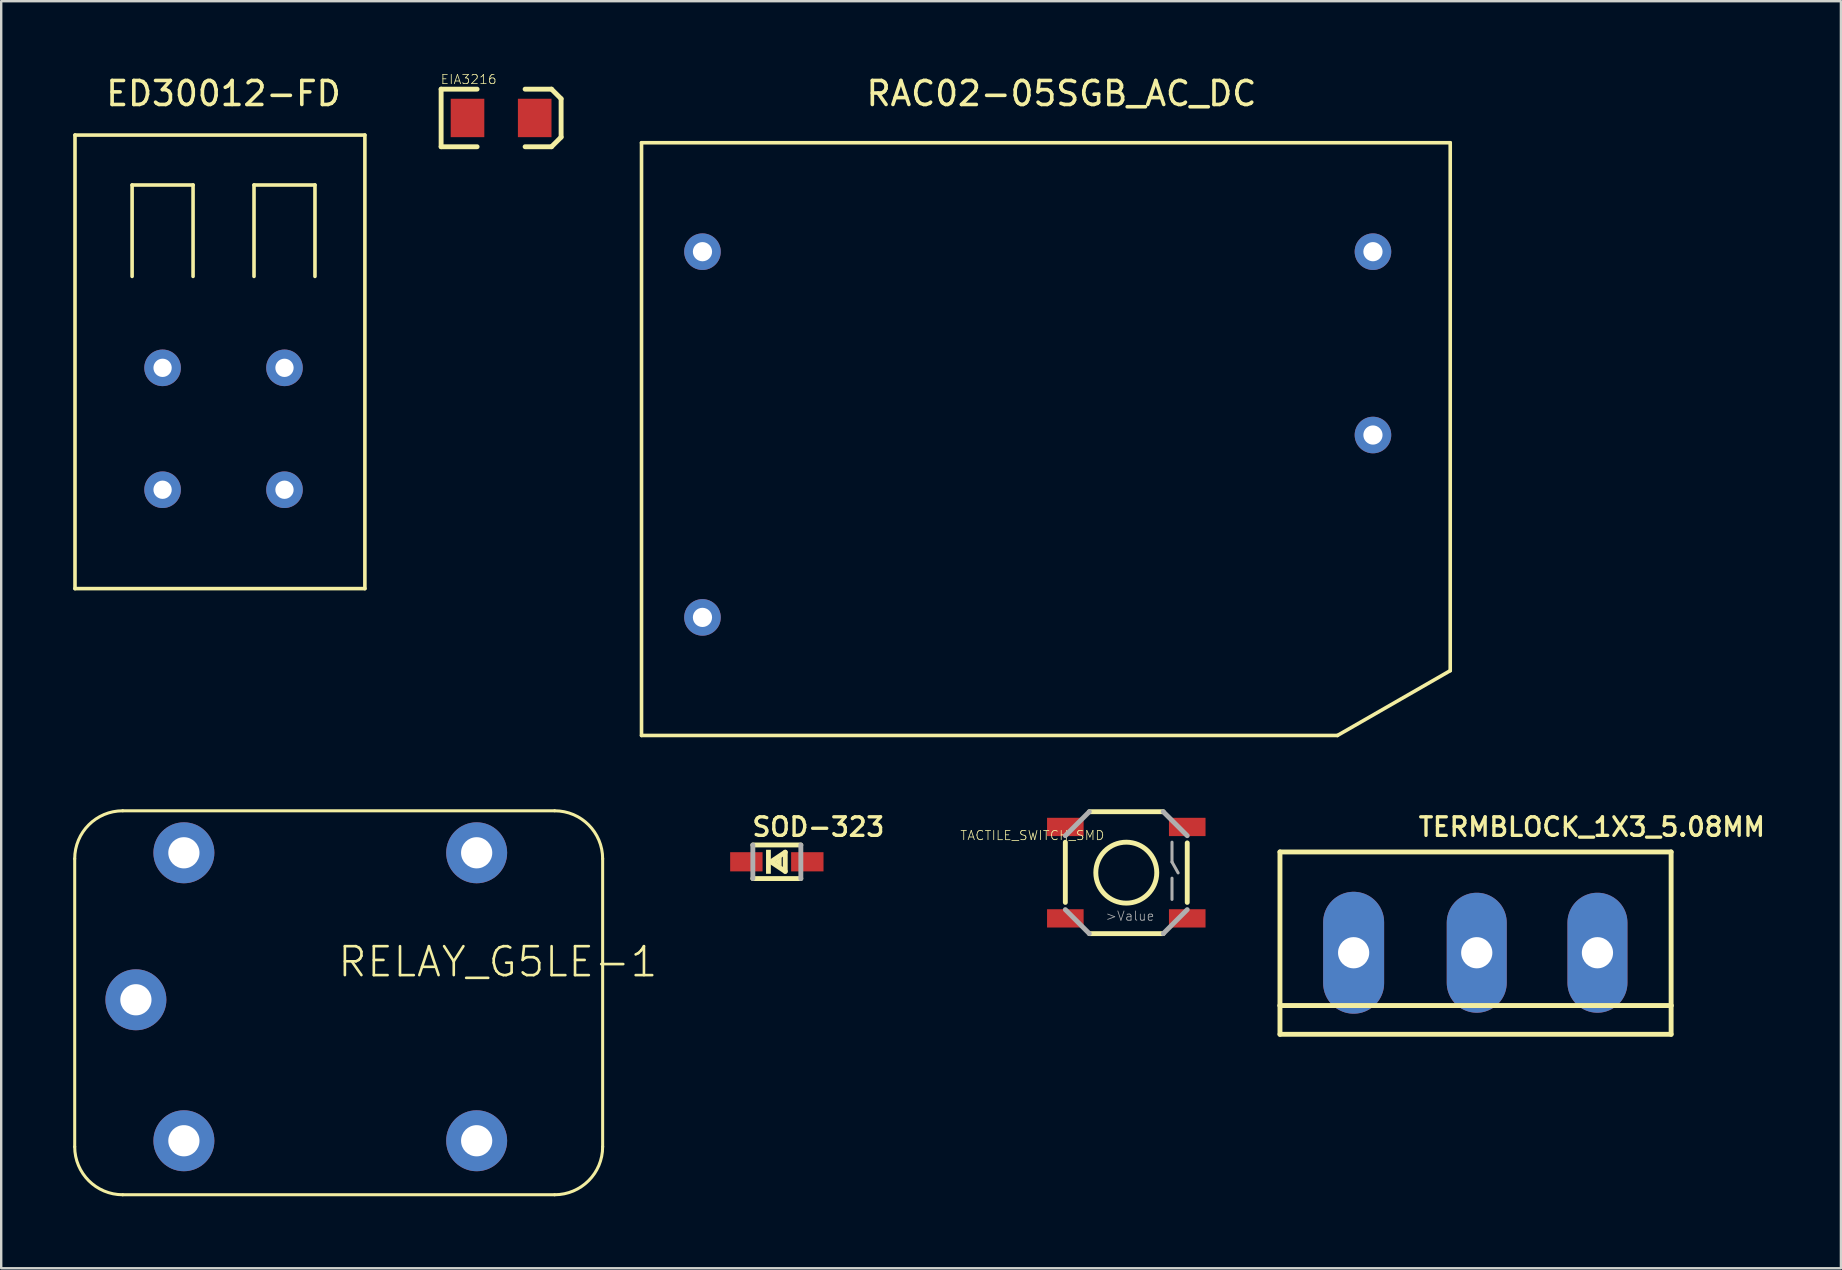
<source format=kicad_pcb>
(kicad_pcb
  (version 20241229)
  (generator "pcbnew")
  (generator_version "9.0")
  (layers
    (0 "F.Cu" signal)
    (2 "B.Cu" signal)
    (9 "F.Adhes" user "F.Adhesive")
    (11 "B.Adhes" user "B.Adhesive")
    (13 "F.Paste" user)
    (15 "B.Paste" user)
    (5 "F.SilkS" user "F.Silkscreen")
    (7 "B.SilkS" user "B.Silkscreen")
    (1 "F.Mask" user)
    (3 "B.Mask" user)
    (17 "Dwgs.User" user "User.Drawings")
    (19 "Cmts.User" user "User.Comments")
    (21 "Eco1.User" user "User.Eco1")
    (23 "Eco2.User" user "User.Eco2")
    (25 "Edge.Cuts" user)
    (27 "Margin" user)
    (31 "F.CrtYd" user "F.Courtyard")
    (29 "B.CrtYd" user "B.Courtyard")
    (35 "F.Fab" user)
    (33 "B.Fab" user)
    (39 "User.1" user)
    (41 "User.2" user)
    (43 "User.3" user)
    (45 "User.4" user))
  (footprint "ED30012-FD"
    (layer "F.Cu")
    (at 3.725 12.278)
    (property "Reference" "ED30012-FD" (at 2.54 -11.43 0) (layer "F.SilkS") (effects (font (size 1 1) (thickness 0.15))))
    (attr through_hole)
    (fp_line (start -3.65 -9.7) (end -3.65 9.2) (stroke (width 0.15) (type solid)) (layer "F.SilkS"))
    (fp_line (start -3.65 -9.7) (end 8.43 -9.7) (stroke (width 0.15) (type solid)) (layer "F.SilkS"))
    (fp_line (start -1.27 -7.62) (end 1.27 -7.62) (stroke (width 0.15) (type solid)) (layer "F.SilkS"))
    (fp_line (start -1.27 -3.81) (end -1.27 -7.62) (stroke (width 0.15) (type solid)) (layer "F.SilkS"))
    (fp_line (start 1.27 -7.62) (end 1.27 -3.81) (stroke (width 0.15) (type solid)) (layer "F.SilkS"))
    (fp_line (start 3.81 -7.62) (end 6.35 -7.62) (stroke (width 0.15) (type solid)) (layer "F.SilkS"))
    (fp_line (start 3.81 -3.81) (end 3.81 -7.62) (stroke (width 0.15) (type solid)) (layer "F.SilkS"))
    (fp_line (start 6.35 -7.62) (end 6.35 -3.81) (stroke (width 0.15) (type solid)) (layer "F.SilkS"))
    (fp_line (start 8.43 -9.7) (end 8.43 9.2) (stroke (width 0.15) (type solid)) (layer "F.SilkS"))
    (fp_line (start 8.43 9.2) (end -3.65 9.2) (stroke (width 0.15) (type solid)) (layer "F.SilkS"))
    (pad "1" thru_hole circle (at 0 0) (size 1.524 1.524) (drill 0.762) (layers "*.Cu" "*.Mask"))
    (pad "1" thru_hole circle (at 0 5.08) (size 1.524 1.524) (drill 0.762) (layers "*.Cu" "*.Mask"))
    (pad "2" thru_hole circle (at 5.08 0) (size 1.524 1.524) (drill 0.762) (layers "*.Cu" "*.Mask"))
    (pad "2" thru_hole circle (at 5.08 5.08) (size 1.524 1.524) (drill 0.762) (layers "*.Cu" "*.Mask")))
  (footprint "TERMBLOCK_1X3_5.08MM"
    (layer "F.Cu")
    (at 58.438 36.652)
    (property "Reference" "TERMBLOCK_1X3_5.08MM" (at -2.45 -4.79 0) (layer "F.SilkS") (effects (font (size 0.772 0.772) (thickness 0.139)) (justify left bottom)))
    (attr through_hole)
    (fp_line (start -8.15 -4.2) (end -8.15 2.2) (stroke (width 0.203) (type solid)) (layer "F.SilkS"))
    (fp_line (start -8.15 2.2) (end -8.15 3.4) (stroke (width 0.203) (type solid)) (layer "F.SilkS"))
    (fp_line (start -8.15 2.2) (end 8.15 2.2) (stroke (width 0.203) (type solid)) (layer "F.SilkS"))
    (fp_line (start -8.15 3.4) (end 8.15 3.4) (stroke (width 0.203) (type solid)) (layer "F.SilkS"))
    (fp_line (start 8.15 -4.2) (end -8.15 -4.2) (stroke (width 0.203) (type solid)) (layer "F.SilkS"))
    (fp_line (start 8.15 2.2) (end 8.15 -4.2) (stroke (width 0.203) (type solid)) (layer "F.SilkS"))
    (fp_line (start 8.15 3.4) (end 8.15 2.2) (stroke (width 0.203) (type solid)) (layer "F.SilkS"))
    (pad "1" thru_hole oval (at 5.08 0 90) (size 5 2.5) (drill 1.3) (layers "*.Cu" "*.Mask"))
    (pad "2" thru_hole oval (at 0.05 0 90) (size 5 2.5) (drill 1.3) (layers "*.Cu" "*.Mask"))
    (pad "3" thru_hole oval (at -5.08 0 90) (size 5.08 2.54) (drill 1.3) (layers "*.Cu" "*.Mask")))
  (footprint "RAC02-05SGB_AC_DC"
    (layer "F.Cu")
    (at 23.683 4.898)
    (property "Reference" "RAC02-05SGB_AC_DC" (at 17.5 -4.05 0) (layer "F.SilkS") (effects (font (size 1 1) (thickness 0.15))))
    (attr through_hole)
    (fp_line (start 0 -2) (end 0 22.7) (stroke (width 0.15) (type solid)) (layer "F.SilkS"))
    (fp_line (start 0 -2) (end 33.7 -2) (stroke (width 0.15) (type solid)) (layer "F.SilkS"))
    (fp_line (start 0 22.7) (end 29 22.7) (stroke (width 0.15) (type solid)) (layer "F.SilkS"))
    (fp_line (start 29 22.7) (end 33.7 20) (stroke (width 0.15) (type solid)) (layer "F.SilkS"))
    (fp_line (start 33.7 -2) (end 33.7 20) (stroke (width 0.15) (type solid)) (layer "F.SilkS"))
    (pad "1" thru_hole circle (at 2.54 17.78) (size 1.524 1.524) (drill 0.8) (layers "*.Cu" "*.Mask"))
    (pad "2" thru_hole circle (at 2.54 2.54) (size 1.524 1.524) (drill 0.8) (layers "*.Cu" "*.Mask"))
    (pad "3" thru_hole circle (at 30.48 2.54) (size 1.524 1.524) (drill 0.8) (layers "*.Cu" "*.Mask"))
    (pad "4" thru_hole circle (at 30.48 10.18) (size 1.524 1.524) (drill 0.8) (layers "*.Cu" "*.Mask")))
  (footprint "RELAY_G5LE-1"
    (layer "F.Cu")
    (at 10.963 38.737)
    (property "Reference" "RELAY_G5LE-1" (at 0 -1 0) (layer "F.SilkS") (effects (font (size 1.206 1.206) (thickness 0.109)) (justify left bottom)))
    (attr through_hole)
    (fp_line (start -10.9 -6) (end -10.9 6) (stroke (width 0.127) (type solid)) (layer "F.SilkS"))
    (fp_line (start -8.9 8) (end 9.1 8) (stroke (width 0.127) (type solid)) (layer "F.SilkS"))
    (fp_line (start 9.1 -8) (end -8.9 -8) (stroke (width 0.127) (type solid)) (layer "F.SilkS"))
    (fp_line (start 11.1 6) (end 11.1 -6) (stroke (width 0.127) (type solid)) (layer "F.SilkS"))
    (fp_arc (start -10.9 -6) (mid -10.314214 -7.414214) (end -8.9 -8) (stroke (width 0.127) (type solid)) (layer "F.SilkS"))
    (fp_arc (start -8.9 8) (mid -10.314214 7.414214) (end -10.9 6) (stroke (width 0.127) (type solid)) (layer "F.SilkS"))
    (fp_arc (start 9.1 -8) (mid 10.514214 -7.414214) (end 11.1 -6) (stroke (width 0.127) (type solid)) (layer "F.SilkS"))
    (fp_arc (start 11.1 6) (mid 10.514214 7.414214) (end 9.1 8) (stroke (width 0.127) (type solid)) (layer "F.SilkS"))
    (pad "1" thru_hole circle (at -8.35 -0.125) (size 2.54 2.54) (drill 1.3) (layers "*.Cu" "*.Mask"))
    (pad "2" thru_hole circle (at -6.35 5.75) (size 2.54 2.54) (drill 1.3) (layers "*.Cu" "*.Mask"))
    (pad "3" thru_hole circle (at 5.85 5.75) (size 2.54 2.54) (drill 1.3) (layers "*.Cu" "*.Mask"))
    (pad "4" thru_hole circle (at 5.85 -6.25) (size 2.54 2.54) (drill 1.3) (layers "*.Cu" "*.Mask"))
    (pad "5" thru_hole circle (at -6.35 -6.25) (size 2.54 2.54) (drill 1.3) (layers "*.Cu" "*.Mask")))
  (footprint "EIA3216"
    (layer "F.Cu")
    (at 17.832 1.865)
    (property "Reference" "EIA3216" (at -2.54 -1.381 0) (layer "F.SilkS") (effects (font (size 0.386 0.386) (thickness 0.033)) (justify left bottom)))
    (attr through_hole)
    (fp_line (start -2.5 -1.2) (end -1 -1.2) (stroke (width 0.203) (type solid)) (layer "F.SilkS"))
    (fp_line (start -2.5 1.2) (end -2.5 -1.2) (stroke (width 0.203) (type solid)) (layer "F.SilkS"))
    (fp_line (start -1 1.2) (end -2.5 1.2) (stroke (width 0.203) (type solid)) (layer "F.SilkS"))
    (fp_line (start 1 1.2) (end 2.1 1.2) (stroke (width 0.203) (type solid)) (layer "F.SilkS"))
    (fp_line (start 2.1 -1.2) (end 1 -1.2) (stroke (width 0.203) (type solid)) (layer "F.SilkS"))
    (fp_line (start 2.1 1.2) (end 2.5 0.8) (stroke (width 0.203) (type solid)) (layer "F.SilkS"))
    (fp_line (start 2.5 -0.8) (end 2.1 -1.2) (stroke (width 0.203) (type solid)) (layer "F.SilkS"))
    (fp_line (start 2.5 0.8) (end 2.5 -0.8) (stroke (width 0.203) (type solid)) (layer "F.SilkS"))
    (pad "A" smd rect (at 1.4 0 90) (size 1.6 1.4) (layers "F.Cu" "F.Mask" "F.Paste"))
    (pad "C" smd rect (at -1.4 0 90) (size 1.6 1.4) (layers "F.Cu" "F.Mask" "F.Paste")))
  (footprint "TACTILE_SWITCH_SMD"
    (layer "F.Cu")
    (at 43.884 33.315)
    (property "Reference" "TACTILE_SWITCH_SMD" (at -0.889 -1.778 0) (layer "F.SilkS") (effects (font (size 0.386 0.386) (thickness 0.033)) (justify right top)))
    (attr through_hole)
    (fp_line (start -2.54 1.24) (end -2.54 -1.27) (stroke (width 0.203) (type solid)) (layer "F.SilkS"))
    (fp_line (start -1.54 -2.54) (end 1.54 -2.54) (stroke (width 0.203) (type solid)) (layer "F.SilkS"))
    (fp_line (start 1.54 2.54) (end -1.54 2.54) (stroke (width 0.203) (type solid)) (layer "F.SilkS"))
    (fp_line (start 2.54 -1.24) (end 2.54 1.24) (stroke (width 0.203) (type solid)) (layer "F.SilkS"))
    (fp_circle (center 0 0) (end 1.27 0) (stroke (width 0.203) (type solid)) (fill no) (layer "F.SilkS"))
    (fp_line (start -2.54 -1.54) (end -1.54 -2.54) (stroke (width 0.203) (type solid)) (layer "F.Fab"))
    (fp_line (start -1.54 2.54) (end -2.54 1.54) (stroke (width 0.203) (type solid)) (layer "F.Fab"))
    (fp_line (start 1.54 -2.54) (end 2.54 -1.54) (stroke (width 0.203) (type solid)) (layer "F.Fab"))
    (fp_line (start 1.905 -1.27) (end 1.905 -0.445) (stroke (width 0.127) (type solid)) (layer "F.Fab"))
    (fp_line (start 1.905 -0.445) (end 2.16 0.01) (stroke (width 0.127) (type solid)) (layer "F.Fab"))
    (fp_line (start 1.905 0.23) (end 1.905 1.115) (stroke (width 0.127) (type solid)) (layer "F.Fab"))
    (fp_line (start 2.54 1.54) (end 1.54 2.54) (stroke (width 0.203) (type solid)) (layer "F.Fab"))
    (fp_text user ">Value" (at -0.889 2.032 0) (layer "F.Fab") (effects (font (size 0.386 0.386) (thickness 0.033)) (justify left bottom)))
    (pad "1" smd rect (at -2.54 -1.905 90) (size 0.762 1.524) (layers "F.Cu" "F.Mask" "F.Paste"))
    (pad "2" smd rect (at 2.54 -1.905 90) (size 0.762 1.524) (layers "F.Cu" "F.Mask" "F.Paste"))
    (pad "3" smd rect (at -2.54 1.905 90) (size 0.762 1.524) (layers "F.Cu" "F.Mask" "F.Paste"))
    (pad "4" smd rect (at 2.54 1.905 90) (size 0.762 1.524) (layers "F.Cu" "F.Mask" "F.Paste")))
  (footprint "SOD-323"
    (layer "F.Cu")
    (at 29.322 32.862)
    (property "Reference" "SOD-323" (at -1.1 -1 0) (layer "F.SilkS") (effects (font (size 0.772 0.772) (thickness 0.139)) (justify left bottom)))
    (attr through_hole)
    (fp_line (start -1 -0.7) (end 1 -0.7) (stroke (width 0.203) (type solid)) (layer "F.SilkS"))
    (fp_line (start -0.25 0) (end 0.35 -0.4) (stroke (width 0.203) (type solid)) (layer "F.SilkS"))
    (fp_line (start 0.35 -0.4) (end 0.35 0.4) (stroke (width 0.203) (type solid)) (layer "F.SilkS"))
    (fp_line (start 0.35 0.4) (end -0.25 0) (stroke (width 0.203) (type solid)) (layer "F.SilkS"))
    (fp_line (start 1 0.7) (end -1 0.7) (stroke (width 0.203) (type solid)) (layer "F.SilkS"))
    (fp_poly (pts (xy -0.1 0) (xy 0.2 -0.2) (xy 0.2 0.2)) (stroke (width 0) (type solid)) (fill yes) (layer "F.SilkS"))
    (fp_poly (pts (xy -0.45 0.5) (xy -0.25 0.5) (xy -0.25 -0.5) (xy -0.45 -0.5)) (stroke (width 0) (type solid)) (fill yes) (layer "F.SilkS"))
    (fp_line (start -1 0.7) (end -1 -0.7) (stroke (width 0.203) (type solid)) (layer "F.Fab"))
    (fp_line (start 1 -0.7) (end 1 0.7) (stroke (width 0.203) (type solid)) (layer "F.Fab"))
    (pad "1" smd rect (at -1.27 0) (size 1.35 0.8) (layers "F.Cu" "F.Mask" "F.Paste"))
    (pad "2" smd rect (at 1.27 0) (size 1.35 0.8) (layers "F.Cu" "F.Mask" "F.Paste")))
  (gr_rect
    (start -3 -3)
    (end 73.664 49.8)
    (stroke (width 0.1) (type default))
    (fill no)
    (layer "Edge.Cuts")))
</source>
